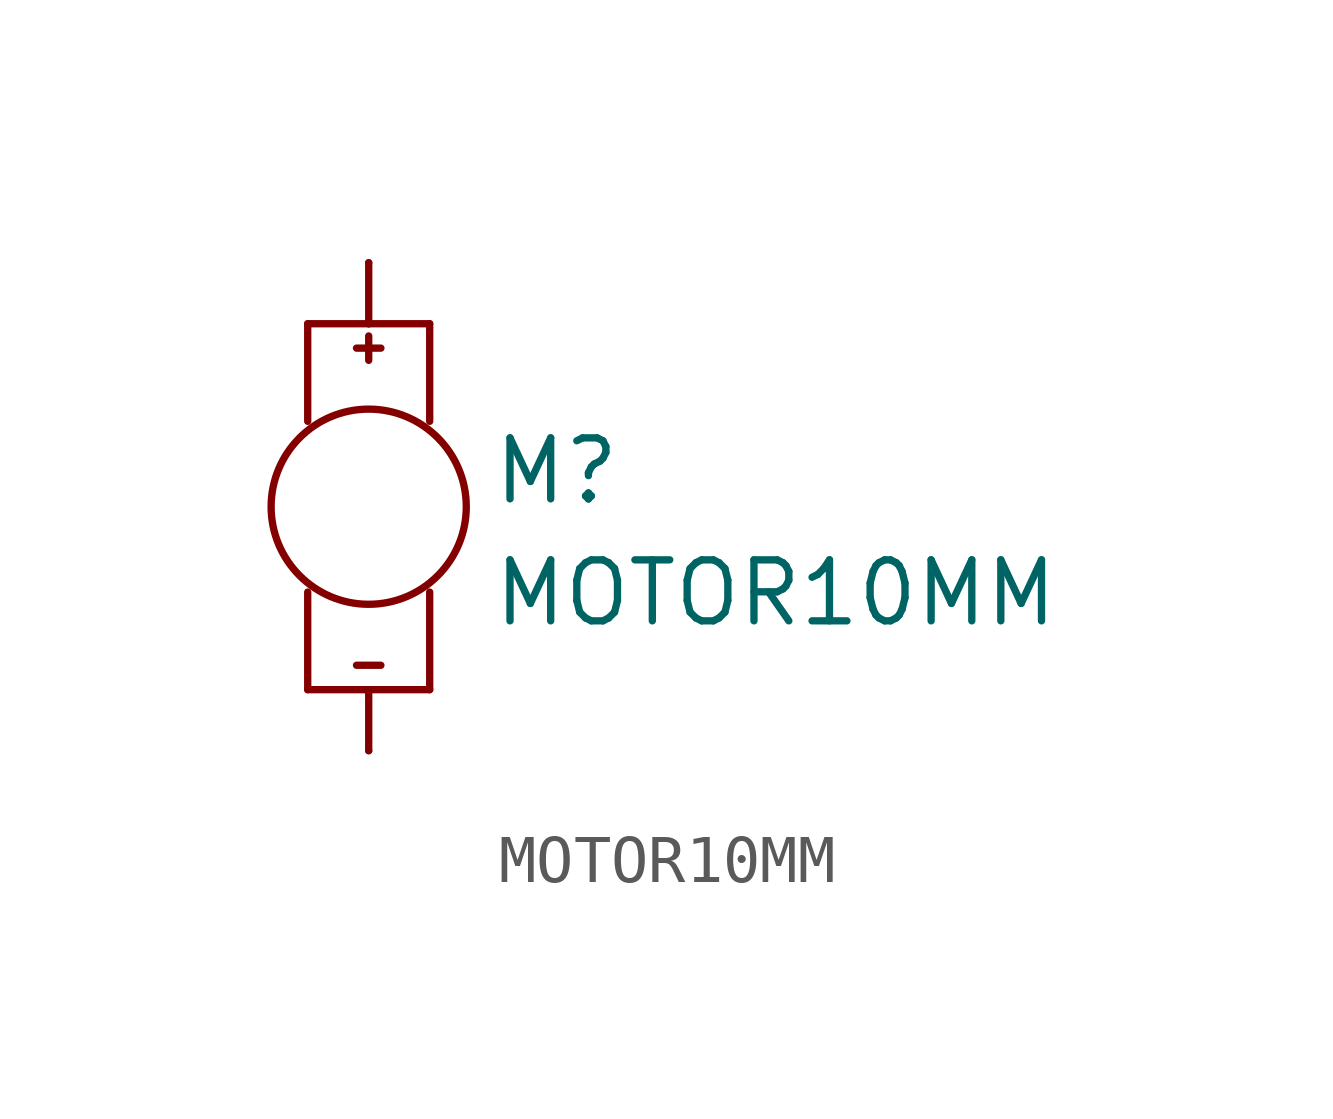
<source format=kicad_sym>
(kicad_symbol_lib
  (version 20220914)
  (generator kicad_symbol_editor)
  (symbol "MOTOR10MM"
    (pin_numbers hide)
    (pin_names
      (offset 1.016) hide)
    (property "Reference" "M"
      (at 2.54 0 0)
      (effects (font (size 1.27 1.27)) (justify left bottom)))
    (property "Value" "MOTOR10MM"
      (at 2.54 -2.54 0)
      (effects (font (size 1.27 1.27)) (justify left bottom)))
    (property "ki_locked" ""
      (at 0 0 0)
      (effects (font (size 1.27 1.27))))
    (symbol "MOTOR10MM_1_0"
      (polyline (pts (xy -1.27 -3.81) (xy -1.27 -1.778)) (stroke (width 0) (type solid)) (fill (type none)))
      (polyline (pts (xy -1.27 3.81) (xy -1.27 1.778)) (stroke (width 0) (type solid)) (fill (type none)))
      (polyline (pts (xy -1.27 3.81) (xy 0 3.81)) (stroke (width 0) (type solid)) (fill (type none)))
      (polyline (pts (xy 0 -5.08) (xy 0 -3.81)) (stroke (width 0) (type solid)) (fill (type none)))
      (polyline (pts (xy 0 -3.81) (xy -1.27 -3.81)) (stroke (width 0) (type solid)) (fill (type none)))
      (polyline (pts (xy 0 3.556) (xy 0 3.048)) (stroke (width 0) (type solid)) (fill (type none)))
      (polyline (pts (xy 0 3.81) (xy 1.27 3.81)) (stroke (width 0) (type solid)) (fill (type none)))
      (polyline (pts (xy 0 5.08) (xy 0 3.81)) (stroke (width 0) (type solid)) (fill (type none)))
      (polyline (pts (xy 0.254 -3.302) (xy -0.254 -3.302)) (stroke (width 0) (type solid)) (fill (type none)))
      (polyline (pts (xy 0.254 3.302) (xy -0.254 3.302)) (stroke (width 0) (type solid)) (fill (type none)))
      (polyline (pts (xy 1.27 -3.81) (xy 0 -3.81)) (stroke (width 0) (type solid)) (fill (type none)))
      (polyline (pts (xy 1.27 -3.81) (xy 1.27 -1.778)) (stroke (width 0) (type solid)) (fill (type none)))
      (polyline (pts (xy 1.27 3.81) (xy 1.27 1.778)) (stroke (width 0) (type solid)) (fill (type none))))
    (symbol "MOTOR10MM_1_1"
      (circle (center 0 0) (radius 2.032) (stroke (width 0) (type solid)) (fill (type none)))
      (pin bidirectional line (at 0 5.08 270) (length 0) (name "+" (effects (font (size 1.016 1.016)))) (number "+" (effects (font (size 1.016 1.016)))))
      (pin bidirectional line (at 0 -5.08 270) (length 0) (name "-" (effects (font (size 1.016 1.016)))) (number "-" (effects (font (size 1.016 1.016))))))))
</source>
